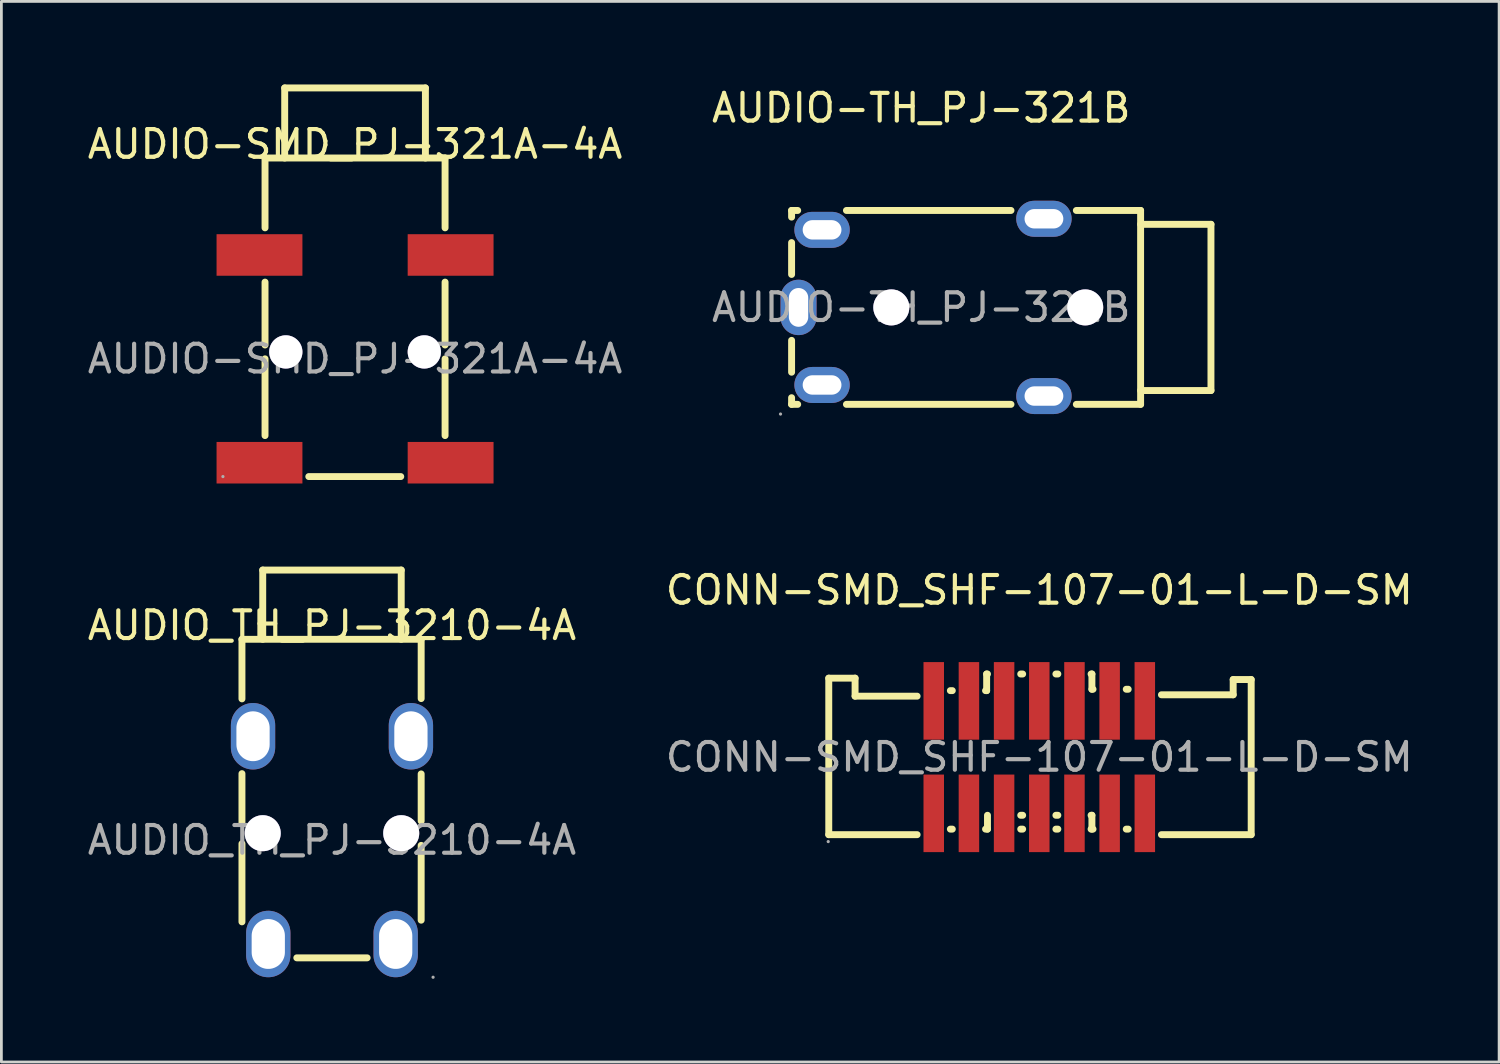
<source format=kicad_pcb>
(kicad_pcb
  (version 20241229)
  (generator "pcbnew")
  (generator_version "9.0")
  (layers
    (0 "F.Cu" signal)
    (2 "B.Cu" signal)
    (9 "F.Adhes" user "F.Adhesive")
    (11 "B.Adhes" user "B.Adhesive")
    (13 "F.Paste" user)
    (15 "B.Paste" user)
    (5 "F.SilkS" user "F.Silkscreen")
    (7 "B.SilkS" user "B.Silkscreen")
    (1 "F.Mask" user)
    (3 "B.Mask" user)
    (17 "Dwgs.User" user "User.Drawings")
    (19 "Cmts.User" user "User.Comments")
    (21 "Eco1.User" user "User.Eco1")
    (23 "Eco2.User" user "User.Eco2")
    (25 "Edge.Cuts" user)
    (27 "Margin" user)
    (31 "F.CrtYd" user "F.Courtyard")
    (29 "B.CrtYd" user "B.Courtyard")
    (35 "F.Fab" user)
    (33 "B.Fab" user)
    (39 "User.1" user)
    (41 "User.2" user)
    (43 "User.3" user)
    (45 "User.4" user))
  (footprint "AUDIO_TH_PJ-3210-4A"
    (layer "F.Cu")
    (at 8.935 27.28)
    (property "Reference" "AUDIO_TH_PJ-3210-4A" (at 0 -7.75 0) (layer "F.SilkS") (effects (font (size 1 1) (thickness 0.15))))
    (attr smd)
    (fp_line (start -3.25 -7.25) (end -3.25 -5.1) (stroke (width 0.25) (type solid)) (layer "F.SilkS"))
    (fp_line (start -3.25 -7.25) (end 3.22 -7.25) (stroke (width 0.25) (type solid)) (layer "F.SilkS"))
    (fp_line (start -3.25 -2.4) (end -3.25 -0.63) (stroke (width 0.25) (type solid)) (layer "F.SilkS"))
    (fp_line (start -3.25 0.13) (end -3.25 2.95) (stroke (width 0.25) (type solid)) (layer "F.SilkS"))
    (fp_line (start -2.5 -9.75) (end 2.5 -9.75) (stroke (width 0.25) (type solid)) (layer "F.SilkS"))
    (fp_line (start -2.5 -7.25) (end -2.5 -9.75) (stroke (width 0.25) (type solid)) (layer "F.SilkS"))
    (fp_line (start -1.27 4.25) (end 1.27 4.25) (stroke (width 0.25) (type solid)) (layer "F.SilkS"))
    (fp_line (start 2.5 -7.25) (end 2.5 -9.75) (stroke (width 0.25) (type solid)) (layer "F.SilkS"))
    (fp_line (start 3.22 -7.25) (end 3.22 -5.11) (stroke (width 0.25) (type solid)) (layer "F.SilkS"))
    (fp_line (start 3.22 -2.39) (end 3.22 -0.69) (stroke (width 0.25) (type solid)) (layer "F.SilkS"))
    (fp_line (start 3.22 0.19) (end 3.22 2.89) (stroke (width 0.25) (type solid)) (layer "F.SilkS"))
    (fp_circle (center -2.5 -0.25) (end -2.22 -0.25) (stroke (width 0.55) (type solid)) (fill no) (layer "F.Fab"))
    (fp_circle (center 2.5 -0.25) (end 2.78 -0.25) (stroke (width 0.55) (type solid)) (fill no) (layer "F.Fab"))
    (fp_circle (center 3.65 4.95) (end 3.68 4.95) (stroke (width 0.06) (type solid)) (fill no) (layer "F.Fab"))
    (fp_text user "${REFERENCE}" (at 0 0 0) (layer "F.Fab") (effects (font (size 1 1) (thickness 0.15))))
    (pad "" thru_hole circle (at -2.5 -0.25) (size 1.3 1.3) (drill 1.3) (layers "*.Cu" "*.Mask"))
    (pad "" thru_hole circle (at 2.5 -0.25) (size 1.3 1.3) (drill 1.3) (layers "*.Cu" "*.Mask"))
    (pad "1" thru_hole oval (at 2.3 3.75) (size 1.6 2.4) (drill oval 1.2 1.8) (layers "*.Cu" "*.Mask"))
    (pad "2" thru_hole oval (at -2.85 -3.75) (size 1.6 2.4) (drill oval 1.2 1.8) (layers "*.Cu" "*.Mask"))
    (pad "2" thru_hole oval (at 2.85 -3.75) (size 1.6 2.4) (drill oval 1.2 1.8) (layers "*.Cu" "*.Mask"))
    (pad "3" thru_hole oval (at -2.3 3.75) (size 1.6 2.4) (drill oval 1.2 1.8) (layers "*.Cu" "*.Mask")))
  (footprint "AUDIO-TH_PJ-321B"
    (layer "F.Cu")
    (at 30.208 8.048)
    (property "Reference" "AUDIO-TH_PJ-321B" (at 0 -7.2 0) (layer "F.SilkS") (effects (font (size 1 1) (thickness 0.15))))
    (attr through_hole)
    (fp_line (start -4.68 -3.5) (end -4.68 -3.26) (stroke (width 0.25) (type solid)) (layer "F.SilkS"))
    (fp_line (start -4.68 -2.34) (end -4.68 -1.19) (stroke (width 0.25) (type solid)) (layer "F.SilkS"))
    (fp_line (start -4.68 1.19) (end -4.68 2.34) (stroke (width 0.25) (type solid)) (layer "F.SilkS"))
    (fp_line (start -4.68 3.26) (end -4.68 3.5) (stroke (width 0.25) (type solid)) (layer "F.SilkS"))
    (fp_line (start -4.46 -3.5) (end -4.68 -3.5) (stroke (width 0.25) (type solid)) (layer "F.SilkS"))
    (fp_line (start -4.46 3.5) (end -4.68 3.5) (stroke (width 0.25) (type solid)) (layer "F.SilkS"))
    (fp_line (start 3.24 -3.5) (end -2.7 -3.5) (stroke (width 0.25) (type solid)) (layer "F.SilkS"))
    (fp_line (start 3.24 3.5) (end -2.7 3.5) (stroke (width 0.25) (type solid)) (layer "F.SilkS"))
    (fp_line (start 7.92 -3.5) (end 5.6 -3.5) (stroke (width 0.25) (type solid)) (layer "F.SilkS"))
    (fp_line (start 7.92 -3.5) (end 7.92 3.5) (stroke (width 0.25) (type solid)) (layer "F.SilkS"))
    (fp_line (start 7.92 -3) (end 10.46 -3) (stroke (width 0.25) (type solid)) (layer "F.SilkS"))
    (fp_line (start 7.92 3) (end 10.46 3) (stroke (width 0.25) (type solid)) (layer "F.SilkS"))
    (fp_line (start 7.92 3.5) (end 5.6 3.5) (stroke (width 0.25) (type solid)) (layer "F.SilkS"))
    (fp_line (start 10.46 -3) (end 10.46 3) (stroke (width 0.25) (type solid)) (layer "F.SilkS"))
    (fp_circle (center -5.08 3.85) (end -5.05 3.85) (stroke (width 0.06) (type solid)) (fill no) (layer "F.Fab"))
    (fp_circle (center -1.08 0) (end -0.8 0) (stroke (width 0.55) (type solid)) (fill no) (layer "F.Fab"))
    (fp_circle (center 5.92 0) (end 6.2 0) (stroke (width 0.55) (type solid)) (fill no) (layer "F.Fab"))
    (fp_text user "${REFERENCE}" (at 0 0 0) (layer "F.Fab") (effects (font (size 1 1) (thickness 0.15))))
    (pad "" thru_hole circle (at -1.08 0) (size 1.3 1.3) (drill 1.3) (layers "*.Cu" "*.Mask"))
    (pad "" thru_hole circle (at 5.92 0) (size 1.3 1.3) (drill 1.3) (layers "*.Cu" "*.Mask"))
    (pad "1" thru_hole oval (at -4.43 0) (size 1.3 2) (drill oval 0.7 1.4) (layers "*.Cu" "*.Mask"))
    (pad "2" thru_hole oval (at -3.58 2.8 90) (size 1.3 2) (drill oval 0.7 1.4) (layers "*.Cu" "*.Mask"))
    (pad "3" thru_hole oval (at -3.58 -2.8 90) (size 1.3 2) (drill oval 0.7 1.4) (layers "*.Cu" "*.Mask"))
    (pad "4" thru_hole oval (at 4.43 -3.2 90) (size 1.3 2) (drill oval 0.7 1.4) (layers "*.Cu" "*.Mask"))
    (pad "4" thru_hole oval (at 4.43 3.2 90) (size 1.3 2) (drill oval 0.7 1.4) (layers "*.Cu" "*.Mask")))
  (footprint "AUDIO-SMD_PJ-321A-4A"
    (layer "F.Cu")
    (at 9.768 9.905)
    (property "Reference" "AUDIO-SMD_PJ-321A-4A" (at 0 -7.75 0) (layer "F.SilkS") (effects (font (size 1 1) (thickness 0.15))))
    (attr smd)
    (fp_line (start -3.25 -7.25) (end -3.25 -4.73) (stroke (width 0.25) (type solid)) (layer "F.SilkS"))
    (fp_line (start -3.25 -7.25) (end 3.25 -7.25) (stroke (width 0.25) (type solid)) (layer "F.SilkS"))
    (fp_line (start -3.25 -2.77) (end -3.25 -0.5) (stroke (width 0.25) (type solid)) (layer "F.SilkS"))
    (fp_line (start -3.25 0) (end -3.25 2.77) (stroke (width 0.25) (type solid)) (layer "F.SilkS"))
    (fp_line (start -2.54 -9.78) (end -2.54 -7.25) (stroke (width 0.25) (type solid)) (layer "F.SilkS"))
    (fp_line (start -1.67 4.25) (end 1.65 4.25) (stroke (width 0.25) (type solid)) (layer "F.SilkS"))
    (fp_line (start 2.54 -9.78) (end -2.54 -9.78) (stroke (width 0.25) (type solid)) (layer "F.SilkS"))
    (fp_line (start 2.54 -7.25) (end 2.54 -9.78) (stroke (width 0.25) (type solid)) (layer "F.SilkS"))
    (fp_line (start 3.25 -7.25) (end 3.25 -4.73) (stroke (width 0.25) (type solid)) (layer "F.SilkS"))
    (fp_line (start 3.25 -2.77) (end 3.25 -0.5) (stroke (width 0.25) (type solid)) (layer "F.SilkS"))
    (fp_line (start 3.25 0) (end 3.25 2.77) (stroke (width 0.25) (type solid)) (layer "F.SilkS"))
    (fp_circle (center -2.5 -0.25) (end -2.3 -0.25) (stroke (width 0.4) (type solid)) (fill no) (layer "Cmts.User"))
    (fp_circle (center 2.5 -0.25) (end 2.7 -0.25) (stroke (width 0.4) (type solid)) (fill no) (layer "Cmts.User"))
    (fp_circle (center -4.77 4.25) (end -4.74 4.25) (stroke (width 0.06) (type solid)) (fill no) (layer "F.Fab"))
    (fp_text user "${REFERENCE}" (at 0 0 0) (layer "F.Fab") (effects (font (size 1 1) (thickness 0.15))))
    (pad "" thru_hole circle (at -2.5 -0.25) (size 1.2 1.2) (drill 1.2) (layers "*.Cu" "*.Mask"))
    (pad "" thru_hole circle (at 2.5 -0.25) (size 1.2 1.2) (drill 1.2) (layers "*.Cu" "*.Mask"))
    (pad "1" smd rect (at -3.45 3.75 90) (size 1.5 3.1) (layers "F.Cu" "F.Mask" "F.Paste"))
    (pad "2" smd rect (at -3.45 -3.75 90) (size 1.5 3.1) (layers "F.Cu" "F.Mask" "F.Paste"))
    (pad "2" smd rect (at 3.45 -3.75 90) (size 1.5 3.1) (layers "F.Cu" "F.Mask" "F.Paste"))
    (pad "3" smd rect (at 3.45 3.75 90) (size 1.5 3.1) (layers "F.Cu" "F.Mask" "F.Paste")))
  (footprint "CONN-SMD_SHF-107-01-L-D-SM"
    (layer "F.Cu")
    (at 34.47 24.283)
    (property "Reference" "CONN-SMD_SHF-107-01-L-D-SM" (at 0 -6.03 0) (layer "F.SilkS") (effects (font (size 1 1) (thickness 0.15))))
    (attr through_hole)
    (fp_line (start -7.6 -2.85) (end -6.65 -2.85) (stroke (width 0.25) (type solid)) (layer "F.SilkS"))
    (fp_line (start -7.6 2.8) (end -7.6 -2.85) (stroke (width 0.25) (type solid)) (layer "F.SilkS"))
    (fp_line (start -6.65 -2.85) (end -6.65 -2.2) (stroke (width 0.25) (type solid)) (layer "F.SilkS"))
    (fp_line (start -6.65 -2.2) (end -4.41 -2.2) (stroke (width 0.25) (type solid)) (layer "F.SilkS"))
    (fp_line (start -4.41 2.8) (end -7.6 2.8) (stroke (width 0.25) (type solid)) (layer "F.SilkS"))
    (fp_line (start -3.21 -2.4) (end -3.14 -2.4) (stroke (width 0.25) (type solid)) (layer "F.SilkS"))
    (fp_line (start -3.14 2.6) (end -3.21 2.6) (stroke (width 0.25) (type solid)) (layer "F.SilkS"))
    (fp_line (start -1.94 -2.4) (end -1.9 -2.4) (stroke (width 0.25) (type solid)) (layer "F.SilkS"))
    (fp_line (start -1.9 -3) (end -1.87 -3) (stroke (width 0.25) (type solid)) (layer "F.SilkS"))
    (fp_line (start -1.9 -2.4) (end -1.9 -3) (stroke (width 0.25) (type solid)) (layer "F.SilkS"))
    (fp_line (start -1.87 2.6) (end -1.94 2.6) (stroke (width 0.25) (type solid)) (layer "F.SilkS"))
    (fp_line (start -1.87 2.6) (end -1.87 2.1) (stroke (width 0.25) (type solid)) (layer "F.SilkS"))
    (fp_line (start -0.67 -3) (end -0.6 -3) (stroke (width 0.25) (type solid)) (layer "F.SilkS"))
    (fp_line (start -0.67 2.1) (end -0.6 2.1) (stroke (width 0.25) (type solid)) (layer "F.SilkS"))
    (fp_line (start -0.6 2.6) (end -0.67 2.6) (stroke (width 0.25) (type solid)) (layer "F.SilkS"))
    (fp_line (start 0.6 -3) (end 0.67 -3) (stroke (width 0.25) (type solid)) (layer "F.SilkS"))
    (fp_line (start 0.6 2.1) (end 0.67 2.1) (stroke (width 0.25) (type solid)) (layer "F.SilkS"))
    (fp_line (start 0.67 2.6) (end 0.6 2.6) (stroke (width 0.25) (type solid)) (layer "F.SilkS"))
    (fp_line (start 1.87 -3) (end 1.9 -3) (stroke (width 0.25) (type solid)) (layer "F.SilkS"))
    (fp_line (start 1.87 2.1) (end 1.9 2.1) (stroke (width 0.25) (type solid)) (layer "F.SilkS"))
    (fp_line (start 1.9 -3) (end 1.9 -2.45) (stroke (width 0.25) (type solid)) (layer "F.SilkS"))
    (fp_line (start 1.9 -2.45) (end 1.94 -2.45) (stroke (width 0.25) (type solid)) (layer "F.SilkS"))
    (fp_line (start 1.9 2.1) (end 1.9 2.6) (stroke (width 0.25) (type solid)) (layer "F.SilkS"))
    (fp_line (start 1.94 2.6) (end 1.87 2.6) (stroke (width 0.25) (type solid)) (layer "F.SilkS"))
    (fp_line (start 3.14 -2.45) (end 3.21 -2.45) (stroke (width 0.25) (type solid)) (layer "F.SilkS"))
    (fp_line (start 3.21 2.6) (end 3.14 2.6) (stroke (width 0.25) (type solid)) (layer "F.SilkS"))
    (fp_line (start 4.41 -2.25) (end 7 -2.25) (stroke (width 0.25) (type solid)) (layer "F.SilkS"))
    (fp_line (start 7 -2.8) (end 7.65 -2.8) (stroke (width 0.25) (type solid)) (layer "F.SilkS"))
    (fp_line (start 7 -2.25) (end 7 -2.8) (stroke (width 0.25) (type solid)) (layer "F.SilkS"))
    (fp_line (start 7.65 -2.8) (end 7.65 2.8) (stroke (width 0.25) (type solid)) (layer "F.SilkS"))
    (fp_line (start 7.65 2.8) (end 4.41 2.8) (stroke (width 0.25) (type solid)) (layer "F.SilkS"))
    (fp_circle (center -7.62 3.05) (end -7.59 3.05) (stroke (width 0.06) (type solid)) (fill no) (layer "F.Fab"))
    (fp_text user "${REFERENCE}" (at 0 0 0) (layer "F.Fab") (effects (font (size 1 1) (thickness 0.15))))
    (pad "01" smd rect (at -3.81 2.03) (size 0.74 2.8) (layers "F.Cu" "F.Mask" "F.Paste"))
    (pad "02" smd rect (at -3.81 -2.03) (size 0.74 2.8) (layers "F.Cu" "F.Mask" "F.Paste"))
    (pad "03" smd rect (at -2.54 2.03) (size 0.74 2.8) (layers "F.Cu" "F.Mask" "F.Paste"))
    (pad "04" smd rect (at -2.54 -2.03) (size 0.74 2.8) (layers "F.Cu" "F.Mask" "F.Paste"))
    (pad "05" smd rect (at -1.27 2.03) (size 0.74 2.8) (layers "F.Cu" "F.Mask" "F.Paste"))
    (pad "06" smd rect (at -1.27 -2.03) (size 0.74 2.8) (layers "F.Cu" "F.Mask" "F.Paste"))
    (pad "07" smd rect (at 0 2.03) (size 0.74 2.8) (layers "F.Cu" "F.Mask" "F.Paste"))
    (pad "08" smd rect (at 0 -2.03) (size 0.74 2.8) (layers "F.Cu" "F.Mask" "F.Paste"))
    (pad "09" smd rect (at 1.27 2.03) (size 0.74 2.8) (layers "F.Cu" "F.Mask" "F.Paste"))
    (pad "10" smd rect (at 1.27 -2.03) (size 0.74 2.8) (layers "F.Cu" "F.Mask" "F.Paste"))
    (pad "11" smd rect (at 2.54 2.03) (size 0.74 2.8) (layers "F.Cu" "F.Mask" "F.Paste"))
    (pad "12" smd rect (at 2.54 -2.03) (size 0.74 2.8) (layers "F.Cu" "F.Mask" "F.Paste"))
    (pad "13" smd rect (at 3.81 2.03) (size 0.74 2.8) (layers "F.Cu" "F.Mask" "F.Paste"))
    (pad "14" smd rect (at 3.81 -2.03) (size 0.74 2.8) (layers "F.Cu" "F.Mask" "F.Paste")))
  (gr_rect
    (start -3 -3)
    (end 51.071 35.29)
    (stroke (width 0.1) (type default))
    (fill no)
    (layer "Edge.Cuts")))
</source>
